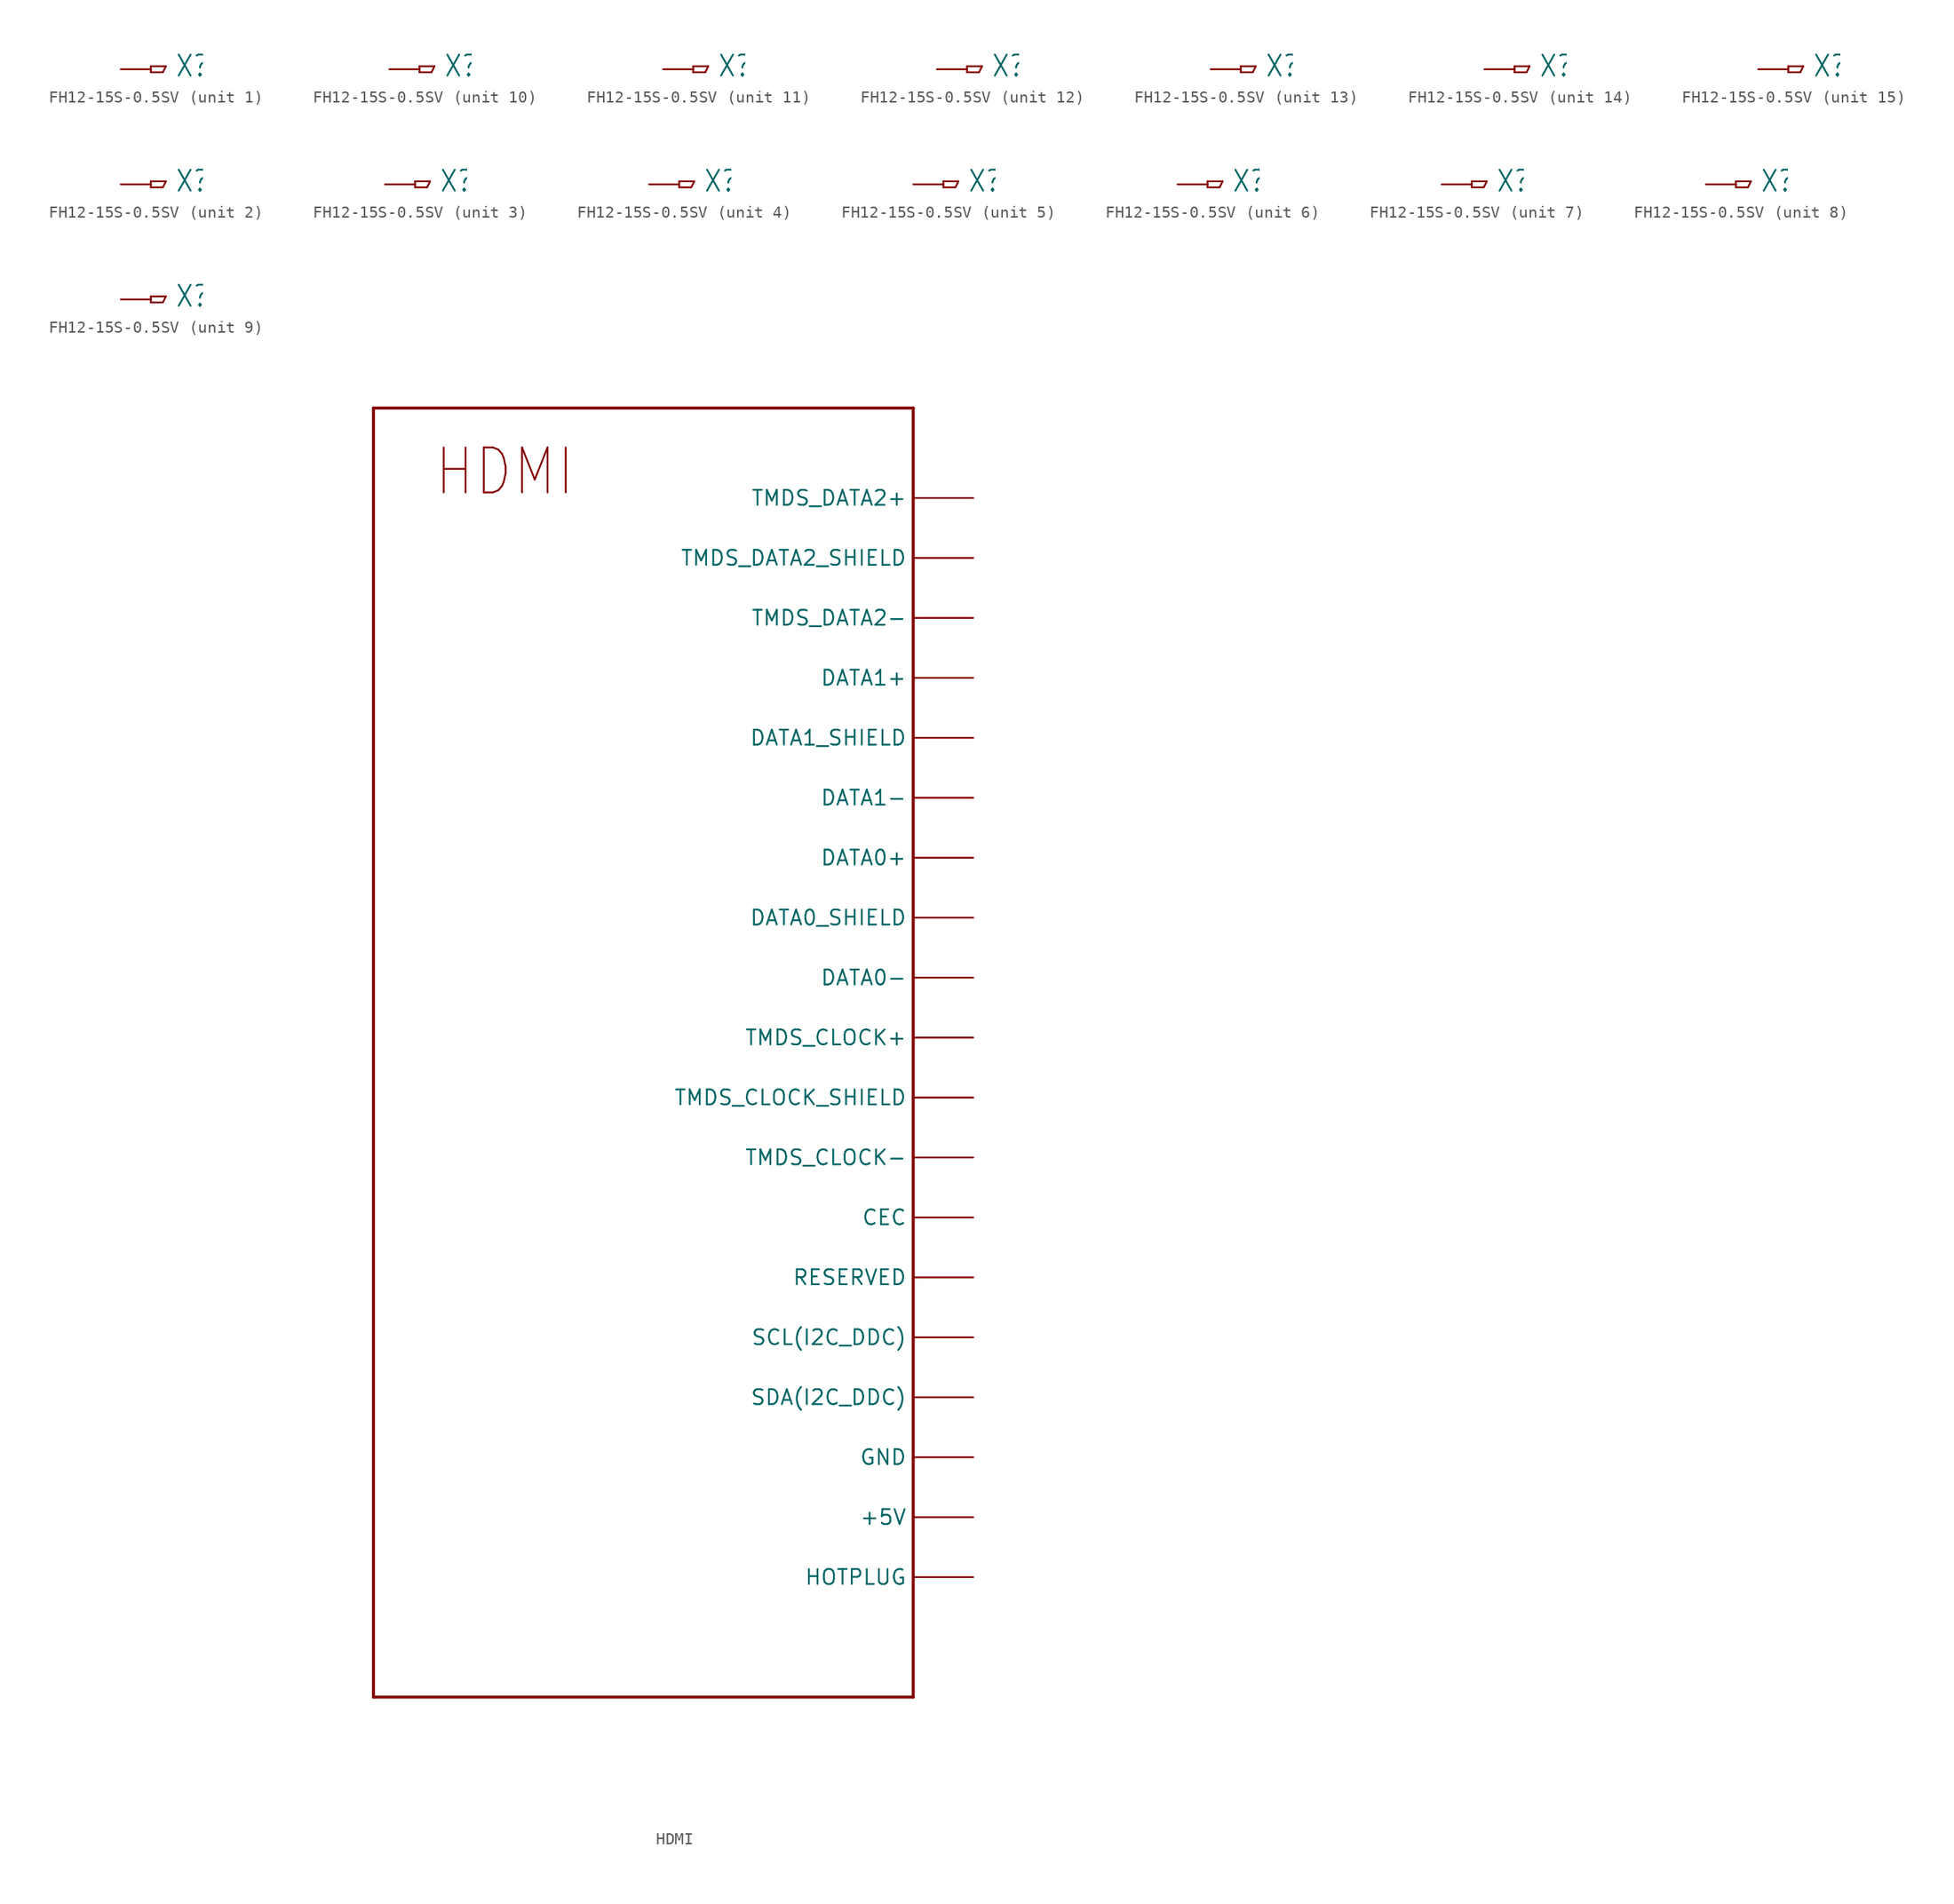
<source format=kicad_sym>
(kicad_symbol_lib
  (version 20231120)
  (generator "kicad_symbol_editor")
  (generator_version "8.0")
  (symbol "FH12-15S-0.5SV"
    (property "Reference" "X"
      (at 2.032 -0.762 0)
      (effects (font (size 1.778 1.511)) (justify left bottom)))
    (property "ki_locked" ""
      (at 0 0 0)
      (effects (font (size 1.27 1.27))))
    (symbol "FH12-15S-0.5SV_1_0"
      (polyline (pts (xy 0 -0.254) (xy 1.016 -0.254)) (stroke (width 0.152) (type solid)) (fill (type none)))
      (polyline (pts (xy 0 0.254) (xy 0 -0.254)) (stroke (width 0.152) (type solid)) (fill (type none)))
      (polyline (pts (xy 1.016 -0.254) (xy 1.27 0.254)) (stroke (width 0.152) (type solid)) (fill (type none)))
      (polyline (pts (xy 1.27 0.254) (xy 0 0.254)) (stroke (width 0.152) (type solid)) (fill (type none)))
      (pin passive line (at -2.54 0 0) (length 2.54) (name "1" (effects (font (size 0 0)))) (number "1" (effects (font (size 0 0))))))
    (symbol "FH12-15S-0.5SV_2_0"
      (polyline (pts (xy 0 -0.254) (xy 1.016 -0.254)) (stroke (width 0.152) (type solid)) (fill (type none)))
      (polyline (pts (xy 0 0.254) (xy 0 -0.254)) (stroke (width 0.152) (type solid)) (fill (type none)))
      (polyline (pts (xy 1.016 -0.254) (xy 1.27 0.254)) (stroke (width 0.152) (type solid)) (fill (type none)))
      (polyline (pts (xy 1.27 0.254) (xy 0 0.254)) (stroke (width 0.152) (type solid)) (fill (type none)))
      (pin passive line (at -2.54 0 0) (length 2.54) (name "1" (effects (font (size 0 0)))) (number "2" (effects (font (size 0 0))))))
    (symbol "FH12-15S-0.5SV_3_0"
      (polyline (pts (xy 0 -0.254) (xy 1.016 -0.254)) (stroke (width 0.152) (type solid)) (fill (type none)))
      (polyline (pts (xy 0 0.254) (xy 0 -0.254)) (stroke (width 0.152) (type solid)) (fill (type none)))
      (polyline (pts (xy 1.016 -0.254) (xy 1.27 0.254)) (stroke (width 0.152) (type solid)) (fill (type none)))
      (polyline (pts (xy 1.27 0.254) (xy 0 0.254)) (stroke (width 0.152) (type solid)) (fill (type none)))
      (pin passive line (at -2.54 0 0) (length 2.54) (name "1" (effects (font (size 0 0)))) (number "3" (effects (font (size 0 0))))))
    (symbol "FH12-15S-0.5SV_4_0"
      (polyline (pts (xy 0 -0.254) (xy 1.016 -0.254)) (stroke (width 0.152) (type solid)) (fill (type none)))
      (polyline (pts (xy 0 0.254) (xy 0 -0.254)) (stroke (width 0.152) (type solid)) (fill (type none)))
      (polyline (pts (xy 1.016 -0.254) (xy 1.27 0.254)) (stroke (width 0.152) (type solid)) (fill (type none)))
      (polyline (pts (xy 1.27 0.254) (xy 0 0.254)) (stroke (width 0.152) (type solid)) (fill (type none)))
      (pin passive line (at -2.54 0 0) (length 2.54) (name "1" (effects (font (size 0 0)))) (number "4" (effects (font (size 0 0))))))
    (symbol "FH12-15S-0.5SV_5_0"
      (polyline (pts (xy 0 -0.254) (xy 1.016 -0.254)) (stroke (width 0.152) (type solid)) (fill (type none)))
      (polyline (pts (xy 0 0.254) (xy 0 -0.254)) (stroke (width 0.152) (type solid)) (fill (type none)))
      (polyline (pts (xy 1.016 -0.254) (xy 1.27 0.254)) (stroke (width 0.152) (type solid)) (fill (type none)))
      (polyline (pts (xy 1.27 0.254) (xy 0 0.254)) (stroke (width 0.152) (type solid)) (fill (type none)))
      (pin passive line (at -2.54 0 0) (length 2.54) (name "1" (effects (font (size 0 0)))) (number "5" (effects (font (size 0 0))))))
    (symbol "FH12-15S-0.5SV_6_0"
      (polyline (pts (xy 0 -0.254) (xy 1.016 -0.254)) (stroke (width 0.152) (type solid)) (fill (type none)))
      (polyline (pts (xy 0 0.254) (xy 0 -0.254)) (stroke (width 0.152) (type solid)) (fill (type none)))
      (polyline (pts (xy 1.016 -0.254) (xy 1.27 0.254)) (stroke (width 0.152) (type solid)) (fill (type none)))
      (polyline (pts (xy 1.27 0.254) (xy 0 0.254)) (stroke (width 0.152) (type solid)) (fill (type none)))
      (pin passive line (at -2.54 0 0) (length 2.54) (name "1" (effects (font (size 0 0)))) (number "6" (effects (font (size 0 0))))))
    (symbol "FH12-15S-0.5SV_7_0"
      (polyline (pts (xy 0 -0.254) (xy 1.016 -0.254)) (stroke (width 0.152) (type solid)) (fill (type none)))
      (polyline (pts (xy 0 0.254) (xy 0 -0.254)) (stroke (width 0.152) (type solid)) (fill (type none)))
      (polyline (pts (xy 1.016 -0.254) (xy 1.27 0.254)) (stroke (width 0.152) (type solid)) (fill (type none)))
      (polyline (pts (xy 1.27 0.254) (xy 0 0.254)) (stroke (width 0.152) (type solid)) (fill (type none)))
      (pin passive line (at -2.54 0 0) (length 2.54) (name "1" (effects (font (size 0 0)))) (number "7" (effects (font (size 0 0))))))
    (symbol "FH12-15S-0.5SV_8_0"
      (polyline (pts (xy 0 -0.254) (xy 1.016 -0.254)) (stroke (width 0.152) (type solid)) (fill (type none)))
      (polyline (pts (xy 0 0.254) (xy 0 -0.254)) (stroke (width 0.152) (type solid)) (fill (type none)))
      (polyline (pts (xy 1.016 -0.254) (xy 1.27 0.254)) (stroke (width 0.152) (type solid)) (fill (type none)))
      (polyline (pts (xy 1.27 0.254) (xy 0 0.254)) (stroke (width 0.152) (type solid)) (fill (type none)))
      (pin passive line (at -2.54 0 0) (length 2.54) (name "1" (effects (font (size 0 0)))) (number "8" (effects (font (size 0 0))))))
    (symbol "FH12-15S-0.5SV_9_0"
      (polyline (pts (xy 0 -0.254) (xy 1.016 -0.254)) (stroke (width 0.152) (type solid)) (fill (type none)))
      (polyline (pts (xy 0 0.254) (xy 0 -0.254)) (stroke (width 0.152) (type solid)) (fill (type none)))
      (polyline (pts (xy 1.016 -0.254) (xy 1.27 0.254)) (stroke (width 0.152) (type solid)) (fill (type none)))
      (polyline (pts (xy 1.27 0.254) (xy 0 0.254)) (stroke (width 0.152) (type solid)) (fill (type none)))
      (pin passive line (at -2.54 0 0) (length 2.54) (name "1" (effects (font (size 0 0)))) (number "9" (effects (font (size 0 0))))))
    (symbol "FH12-15S-0.5SV_10_0"
      (polyline (pts (xy 0 -0.254) (xy 1.016 -0.254)) (stroke (width 0.152) (type solid)) (fill (type none)))
      (polyline (pts (xy 0 0.254) (xy 0 -0.254)) (stroke (width 0.152) (type solid)) (fill (type none)))
      (polyline (pts (xy 1.016 -0.254) (xy 1.27 0.254)) (stroke (width 0.152) (type solid)) (fill (type none)))
      (polyline (pts (xy 1.27 0.254) (xy 0 0.254)) (stroke (width 0.152) (type solid)) (fill (type none)))
      (pin passive line (at -2.54 0 0) (length 2.54) (name "1" (effects (font (size 0 0)))) (number "10" (effects (font (size 0 0))))))
    (symbol "FH12-15S-0.5SV_11_0"
      (polyline (pts (xy 0 -0.254) (xy 1.016 -0.254)) (stroke (width 0.152) (type solid)) (fill (type none)))
      (polyline (pts (xy 0 0.254) (xy 0 -0.254)) (stroke (width 0.152) (type solid)) (fill (type none)))
      (polyline (pts (xy 1.016 -0.254) (xy 1.27 0.254)) (stroke (width 0.152) (type solid)) (fill (type none)))
      (polyline (pts (xy 1.27 0.254) (xy 0 0.254)) (stroke (width 0.152) (type solid)) (fill (type none)))
      (pin passive line (at -2.54 0 0) (length 2.54) (name "1" (effects (font (size 0 0)))) (number "11" (effects (font (size 0 0))))))
    (symbol "FH12-15S-0.5SV_12_0"
      (polyline (pts (xy 0 -0.254) (xy 1.016 -0.254)) (stroke (width 0.152) (type solid)) (fill (type none)))
      (polyline (pts (xy 0 0.254) (xy 0 -0.254)) (stroke (width 0.152) (type solid)) (fill (type none)))
      (polyline (pts (xy 1.016 -0.254) (xy 1.27 0.254)) (stroke (width 0.152) (type solid)) (fill (type none)))
      (polyline (pts (xy 1.27 0.254) (xy 0 0.254)) (stroke (width 0.152) (type solid)) (fill (type none)))
      (pin passive line (at -2.54 0 0) (length 2.54) (name "1" (effects (font (size 0 0)))) (number "12" (effects (font (size 0 0))))))
    (symbol "FH12-15S-0.5SV_13_0"
      (polyline (pts (xy 0 -0.254) (xy 1.016 -0.254)) (stroke (width 0.152) (type solid)) (fill (type none)))
      (polyline (pts (xy 0 0.254) (xy 0 -0.254)) (stroke (width 0.152) (type solid)) (fill (type none)))
      (polyline (pts (xy 1.016 -0.254) (xy 1.27 0.254)) (stroke (width 0.152) (type solid)) (fill (type none)))
      (polyline (pts (xy 1.27 0.254) (xy 0 0.254)) (stroke (width 0.152) (type solid)) (fill (type none)))
      (pin passive line (at -2.54 0 0) (length 2.54) (name "1" (effects (font (size 0 0)))) (number "13" (effects (font (size 0 0))))))
    (symbol "FH12-15S-0.5SV_14_0"
      (polyline (pts (xy 0 -0.254) (xy 1.016 -0.254)) (stroke (width 0.152) (type solid)) (fill (type none)))
      (polyline (pts (xy 0 0.254) (xy 0 -0.254)) (stroke (width 0.152) (type solid)) (fill (type none)))
      (polyline (pts (xy 1.016 -0.254) (xy 1.27 0.254)) (stroke (width 0.152) (type solid)) (fill (type none)))
      (polyline (pts (xy 1.27 0.254) (xy 0 0.254)) (stroke (width 0.152) (type solid)) (fill (type none)))
      (pin passive line (at -2.54 0 0) (length 2.54) (name "1" (effects (font (size 0 0)))) (number "14" (effects (font (size 0 0))))))
    (symbol "FH12-15S-0.5SV_15_0"
      (polyline (pts (xy 0 -0.254) (xy 1.016 -0.254)) (stroke (width 0.152) (type solid)) (fill (type none)))
      (polyline (pts (xy 0 0.254) (xy 0 -0.254)) (stroke (width 0.152) (type solid)) (fill (type none)))
      (polyline (pts (xy 1.016 -0.254) (xy 1.27 0.254)) (stroke (width 0.152) (type solid)) (fill (type none)))
      (polyline (pts (xy 1.27 0.254) (xy 0 0.254)) (stroke (width 0.152) (type solid)) (fill (type none)))
      (pin passive line (at -2.54 0 0) (length 2.54) (name "1" (effects (font (size 0 0)))) (number "15" (effects (font (size 0 0)))))))
  (symbol "HDMI"
    (property "Reference" ""
      (at 0 0 0)
      (effects (font (size 1.27 1.27)) (hide yes)))
    (property "ki_locked" ""
      (at 0 0 0)
      (effects (font (size 1.27 1.27))))
    (symbol "HDMI_1_0"
      (polyline (pts (xy -43.18 -81.28) (xy -43.18 27.94)) (stroke (width 0.254) (type solid)) (fill (type none)))
      (polyline (pts (xy -43.18 27.94) (xy 2.54 27.94)) (stroke (width 0.254) (type solid)) (fill (type none)))
      (polyline (pts (xy 2.54 -81.28) (xy -43.18 -81.28)) (stroke (width 0.254) (type solid)) (fill (type none)))
      (polyline (pts (xy 2.54 27.94) (xy 2.54 -81.28)) (stroke (width 0.254) (type solid)) (fill (type none)))
      (text "HDMI" (at -38.1 20.32 0) (effects (font (size 3.81 3.239)) (justify left bottom)))
      (pin bidirectional line (at 7.62 -71.12 180) (length 5.08) (name "HOTPLUG" (effects (font (size 1.27 1.27)))) (number "P$1" (effects (font (size 0 0)))))
      (pin bidirectional line (at 7.62 -25.4 180) (length 5.08) (name "TMDS_CLOCK+" (effects (font (size 1.27 1.27)))) (number "P$10" (effects (font (size 0 0)))))
      (pin bidirectional line (at 7.62 -20.32 180) (length 5.08) (name "DATA0-" (effects (font (size 1.27 1.27)))) (number "P$11" (effects (font (size 0 0)))))
      (pin bidirectional line (at 7.62 -15.24 180) (length 5.08) (name "DATA0_SHIELD" (effects (font (size 1.27 1.27)))) (number "P$12" (effects (font (size 0 0)))))
      (pin bidirectional line (at 7.62 -10.16 180) (length 5.08) (name "DATA0+" (effects (font (size 1.27 1.27)))) (number "P$13" (effects (font (size 0 0)))))
      (pin bidirectional line (at 7.62 -5.08 180) (length 5.08) (name "DATA1-" (effects (font (size 1.27 1.27)))) (number "P$14" (effects (font (size 0 0)))))
      (pin bidirectional line (at 7.62 0 180) (length 5.08) (name "DATA1_SHIELD" (effects (font (size 1.27 1.27)))) (number "P$15" (effects (font (size 0 0)))))
      (pin bidirectional line (at 7.62 5.08 180) (length 5.08) (name "DATA1+" (effects (font (size 1.27 1.27)))) (number "P$16" (effects (font (size 0 0)))))
      (pin bidirectional line (at 7.62 10.16 180) (length 5.08) (name "TMDS_DATA2-" (effects (font (size 1.27 1.27)))) (number "P$17" (effects (font (size 0 0)))))
      (pin bidirectional line (at 7.62 15.24 180) (length 5.08) (name "TMDS_DATA2_SHIELD" (effects (font (size 1.27 1.27)))) (number "P$18" (effects (font (size 0 0)))))
      (pin bidirectional line (at 7.62 20.32 180) (length 5.08) (name "TMDS_DATA2+" (effects (font (size 1.27 1.27)))) (number "P$19" (effects (font (size 0 0)))))
      (pin bidirectional line (at 7.62 -66.04 180) (length 5.08) (name "+5V" (effects (font (size 1.27 1.27)))) (number "P$2" (effects (font (size 0 0)))))
      (pin bidirectional line (at 7.62 -60.96 180) (length 5.08) (name "GND" (effects (font (size 1.27 1.27)))) (number "P$3" (effects (font (size 0 0)))))
      (pin bidirectional line (at 7.62 -55.88 180) (length 5.08) (name "SDA(I2C_DDC)" (effects (font (size 1.27 1.27)))) (number "P$4" (effects (font (size 0 0)))))
      (pin bidirectional line (at 7.62 -50.8 180) (length 5.08) (name "SCL(I2C_DDC)" (effects (font (size 1.27 1.27)))) (number "P$5" (effects (font (size 0 0)))))
      (pin bidirectional line (at 7.62 -45.72 180) (length 5.08) (name "RESERVED" (effects (font (size 1.27 1.27)))) (number "P$6" (effects (font (size 0 0)))))
      (pin bidirectional line (at 7.62 -40.64 180) (length 5.08) (name "CEC" (effects (font (size 1.27 1.27)))) (number "P$7" (effects (font (size 0 0)))))
      (pin bidirectional line (at 7.62 -35.56 180) (length 5.08) (name "TMDS_CLOCK-" (effects (font (size 1.27 1.27)))) (number "P$8" (effects (font (size 0 0)))))
      (pin bidirectional line (at 7.62 -30.48 180) (length 5.08) (name "TMDS_CLOCK_SHIELD" (effects (font (size 1.27 1.27)))) (number "P$9" (effects (font (size 0 0))))))))
</source>
